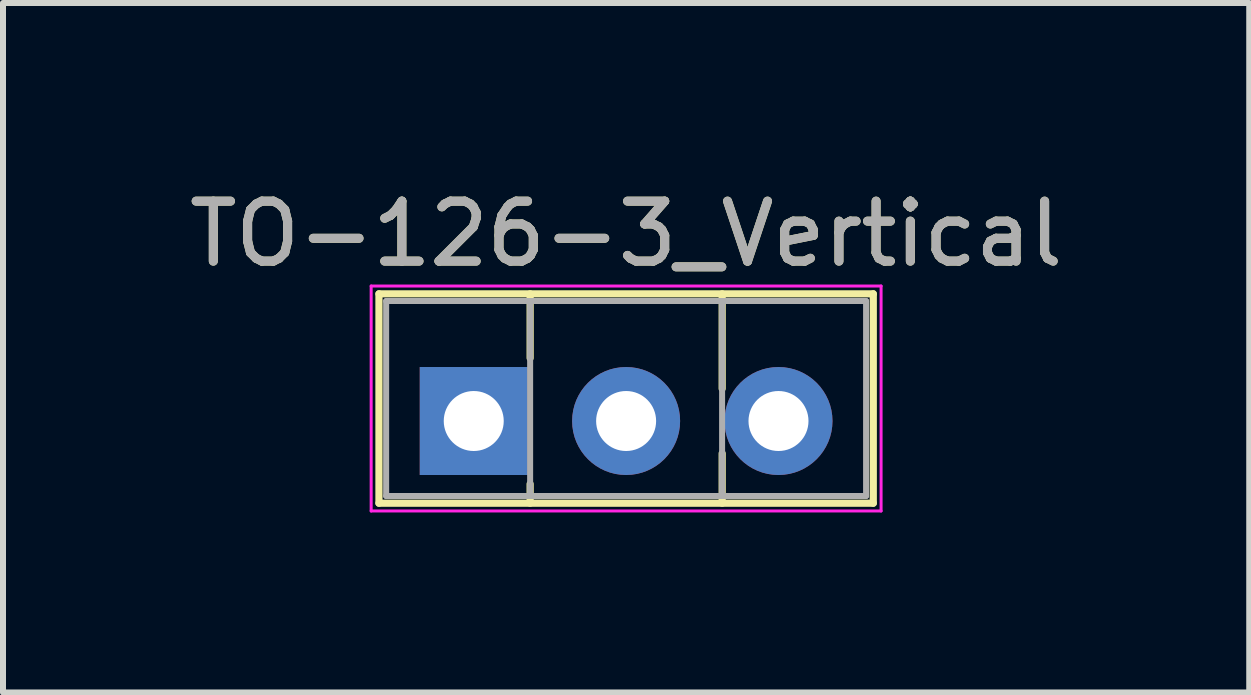
<source format=kicad_pcb>
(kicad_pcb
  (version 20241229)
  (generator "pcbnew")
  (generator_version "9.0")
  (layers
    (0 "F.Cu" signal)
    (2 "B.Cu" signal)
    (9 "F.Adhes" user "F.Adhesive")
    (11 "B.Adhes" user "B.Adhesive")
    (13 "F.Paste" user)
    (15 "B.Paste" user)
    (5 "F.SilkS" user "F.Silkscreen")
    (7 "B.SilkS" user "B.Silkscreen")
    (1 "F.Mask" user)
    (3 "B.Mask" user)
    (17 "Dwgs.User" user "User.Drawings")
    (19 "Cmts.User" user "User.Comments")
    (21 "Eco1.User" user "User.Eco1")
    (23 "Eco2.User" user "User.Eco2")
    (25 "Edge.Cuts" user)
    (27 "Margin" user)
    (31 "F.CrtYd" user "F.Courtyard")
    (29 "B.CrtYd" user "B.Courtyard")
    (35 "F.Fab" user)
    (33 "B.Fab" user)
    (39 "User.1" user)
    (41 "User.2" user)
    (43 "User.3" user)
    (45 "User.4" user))
  (footprint "TO-126-3_Vertical"
    (layer "F.Cu")
    (at 4.847 3.968)
    (property "Reference" "TO-126-3_Vertical" (at 2.54 -3.12 0) (layer "F.SilkS") (effects (font (size 1 1) (thickness 0.15))))
    (attr through_hole)
    (fp_line (start -1.58 -2.12) (end -1.58 1.37) (stroke (width 0.12) (type solid)) (layer "F.SilkS"))
    (fp_line (start -1.58 -2.12) (end 6.66 -2.12) (stroke (width 0.12) (type solid)) (layer "F.SilkS"))
    (fp_line (start -1.58 1.37) (end 6.66 1.37) (stroke (width 0.12) (type solid)) (layer "F.SilkS"))
    (fp_line (start 0.94 -2.12) (end 0.94 -1.05) (stroke (width 0.12) (type solid)) (layer "F.SilkS"))
    (fp_line (start 0.94 1.05) (end 0.94 1.37) (stroke (width 0.12) (type solid)) (layer "F.SilkS"))
    (fp_line (start 4.141 -2.12) (end 4.141 -0.54) (stroke (width 0.12) (type solid)) (layer "F.SilkS"))
    (fp_line (start 4.141 0.54) (end 4.141 1.37) (stroke (width 0.12) (type solid)) (layer "F.SilkS"))
    (fp_line (start 6.66 -2.12) (end 6.66 1.37) (stroke (width 0.12) (type solid)) (layer "F.SilkS"))
    (fp_line (start -1.71 -2.25) (end -1.71 1.5) (stroke (width 0.05) (type solid)) (layer "F.CrtYd"))
    (fp_line (start -1.71 1.5) (end 6.79 1.5) (stroke (width 0.05) (type solid)) (layer "F.CrtYd"))
    (fp_line (start 6.79 -2.25) (end -1.71 -2.25) (stroke (width 0.05) (type solid)) (layer "F.CrtYd"))
    (fp_line (start 6.79 1.5) (end 6.79 -2.25) (stroke (width 0.05) (type solid)) (layer "F.CrtYd"))
    (fp_line (start -1.46 -2) (end -1.46 1.25) (stroke (width 0.1) (type solid)) (layer "F.Fab"))
    (fp_line (start -1.46 1.25) (end 6.54 1.25) (stroke (width 0.1) (type solid)) (layer "F.Fab"))
    (fp_line (start 0.94 -2) (end 0.94 1.25) (stroke (width 0.1) (type solid)) (layer "F.Fab"))
    (fp_line (start 4.14 -2) (end 4.14 1.25) (stroke (width 0.1) (type solid)) (layer "F.Fab"))
    (fp_line (start 6.54 -2) (end -1.46 -2) (stroke (width 0.1) (type solid)) (layer "F.Fab"))
    (fp_line (start 6.54 1.25) (end 6.54 -2) (stroke (width 0.1) (type solid)) (layer "F.Fab"))
    (fp_text user "${REFERENCE}" (at 2.54 -3.12 0) (layer "F.Fab") (effects (font (size 1 1) (thickness 0.15))))
    (pad "1" thru_hole rect (at 0 0) (size 1.8 1.8) (drill 1) (layers "*.Cu" "*.Mask"))
    (pad "2" thru_hole oval (at 2.54 0) (size 1.8 1.8) (drill 1) (layers "*.Cu" "*.Mask"))
    (pad "3" thru_hole oval (at 5.08 0) (size 1.8 1.8) (drill 1) (layers "*.Cu" "*.Mask")))
  (gr_rect
    (start -3 -3)
    (end 17.774 8.493)
    (stroke (width 0.1) (type default))
    (fill no)
    (layer "Edge.Cuts")))
</source>
